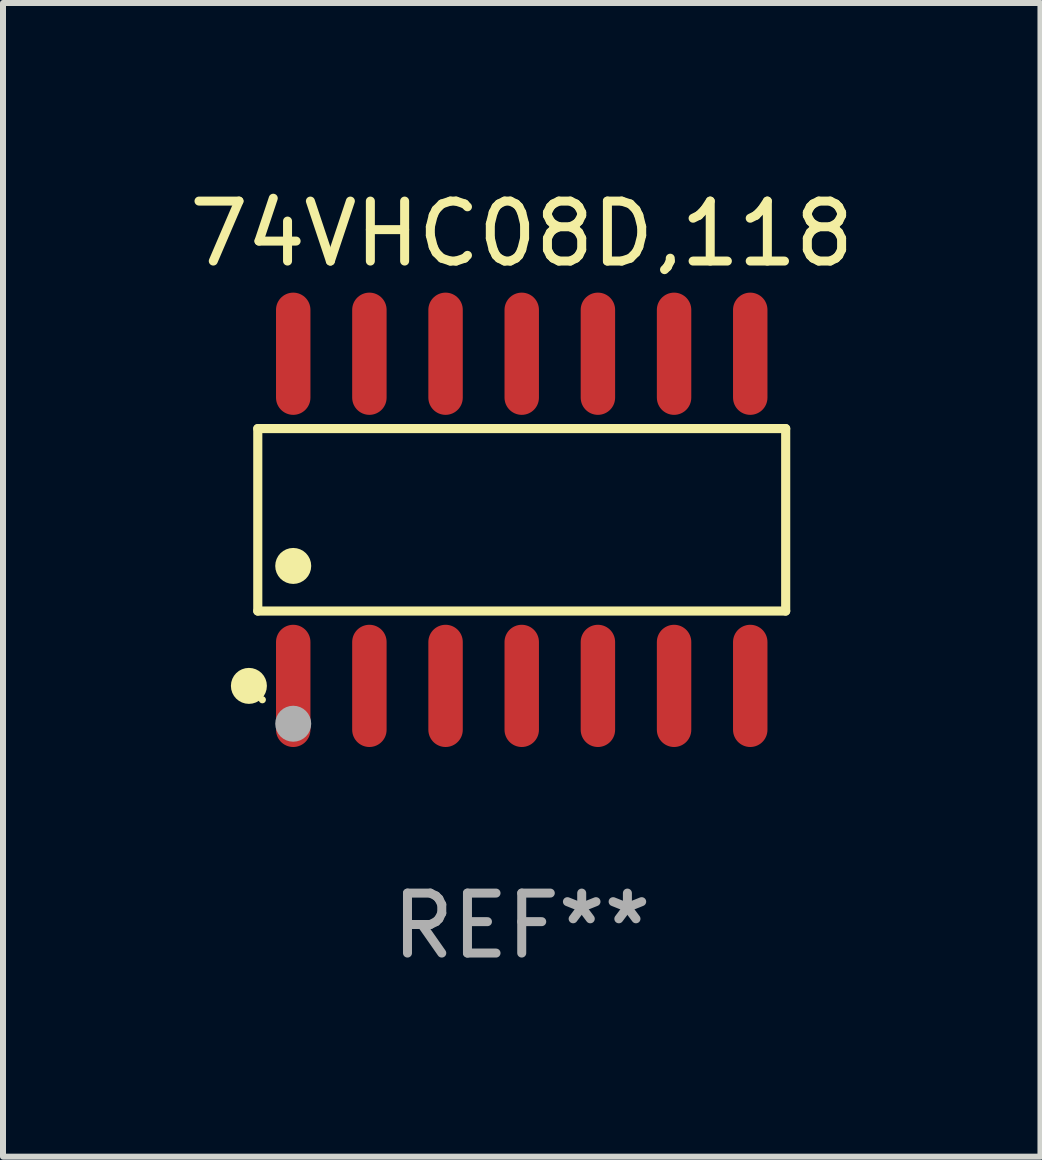
<source format=kicad_pcb>
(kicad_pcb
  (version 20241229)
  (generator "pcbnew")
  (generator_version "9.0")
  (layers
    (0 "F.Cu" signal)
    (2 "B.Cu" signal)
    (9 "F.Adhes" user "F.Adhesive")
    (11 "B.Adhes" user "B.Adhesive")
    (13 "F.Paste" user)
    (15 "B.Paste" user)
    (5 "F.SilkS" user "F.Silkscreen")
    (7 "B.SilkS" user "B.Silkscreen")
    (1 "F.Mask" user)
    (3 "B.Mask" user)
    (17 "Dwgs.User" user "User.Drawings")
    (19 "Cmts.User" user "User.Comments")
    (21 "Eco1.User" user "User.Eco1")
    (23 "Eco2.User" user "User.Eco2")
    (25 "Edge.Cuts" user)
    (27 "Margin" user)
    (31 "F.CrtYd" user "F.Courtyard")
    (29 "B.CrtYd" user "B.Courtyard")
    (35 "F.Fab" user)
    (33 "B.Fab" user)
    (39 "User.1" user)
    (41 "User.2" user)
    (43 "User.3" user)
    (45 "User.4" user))
  (footprint "74VHC08D,118"
    (layer "F.Cu")
    (at 5.649 5.617)
    (property "Reference" "74VHC08D,118" (at 0 -4.769 0) (layer "F.SilkS") (effects (font (size 1 1) (thickness 0.15))))
    (attr through_hole)
    (fp_line (start -4.401 -1.521) (end 4.401 -1.521) (stroke (width 0.152) (type solid)) (layer "F.SilkS"))
    (fp_line (start -4.401 1.521) (end -4.401 -1.521) (stroke (width 0.152) (type solid)) (layer "F.SilkS"))
    (fp_line (start 4.401 -1.521) (end 4.401 1.521) (stroke (width 0.152) (type solid)) (layer "F.SilkS"))
    (fp_line (start 4.401 1.521) (end -4.401 1.521) (stroke (width 0.152) (type solid)) (layer "F.SilkS"))
    (fp_circle (center -4.549 2.769) (end -4.399 2.769) (stroke (width 0.3) (type solid)) (fill no) (layer "F.SilkS"))
    (fp_circle (center -4.325 3) (end -4.295 3) (stroke (width 0.06) (type solid)) (fill no) (layer "F.SilkS"))
    (fp_circle (center -3.81 0.769) (end -3.66 0.769) (stroke (width 0.3) (type solid)) (fill no) (layer "F.SilkS"))
    (fp_circle (center -3.81 3.4) (end -3.66 3.4) (stroke (width 0.3) (type solid)) (fill no) (layer "F.Fab"))
    (fp_text user "REF**" (at 0 6.769 0) (layer "F.Fab") (effects (font (size 1 1) (thickness 0.15))))
    (pad "1" smd oval (at -3.81 2.769) (size 0.574 2.038) (layers "F.Cu" "F.Mask" "F.Paste"))
    (pad "2" smd oval (at -2.54 2.769) (size 0.574 2.038) (layers "F.Cu" "F.Mask" "F.Paste"))
    (pad "3" smd oval (at -1.27 2.769) (size 0.574 2.038) (layers "F.Cu" "F.Mask" "F.Paste"))
    (pad "4" smd oval (at 0 2.769) (size 0.574 2.038) (layers "F.Cu" "F.Mask" "F.Paste"))
    (pad "5" smd oval (at 1.27 2.769) (size 0.574 2.038) (layers "F.Cu" "F.Mask" "F.Paste"))
    (pad "6" smd oval (at 2.54 2.769) (size 0.574 2.038) (layers "F.Cu" "F.Mask" "F.Paste"))
    (pad "7" smd oval (at 3.81 2.769) (size 0.574 2.038) (layers "F.Cu" "F.Mask" "F.Paste"))
    (pad "8" smd oval (at 3.81 -2.769) (size 0.574 2.038) (layers "F.Cu" "F.Mask" "F.Paste"))
    (pad "9" smd oval (at 2.54 -2.769) (size 0.574 2.038) (layers "F.Cu" "F.Mask" "F.Paste"))
    (pad "10" smd oval (at 1.27 -2.769) (size 0.574 2.038) (layers "F.Cu" "F.Mask" "F.Paste"))
    (pad "11" smd oval (at 0 -2.769) (size 0.574 2.038) (layers "F.Cu" "F.Mask" "F.Paste"))
    (pad "12" smd oval (at -1.27 -2.769) (size 0.574 2.038) (layers "F.Cu" "F.Mask" "F.Paste"))
    (pad "13" smd oval (at -2.54 -2.769) (size 0.574 2.038) (layers "F.Cu" "F.Mask" "F.Paste"))
    (pad "14" smd oval (at -3.81 -2.769) (size 0.574 2.038) (layers "F.Cu" "F.Mask" "F.Paste")))
  (gr_rect
    (start -3 -3)
    (end 14.298 16.235)
    (stroke (width 0.1) (type default))
    (fill no)
    (layer "Edge.Cuts")))
</source>
